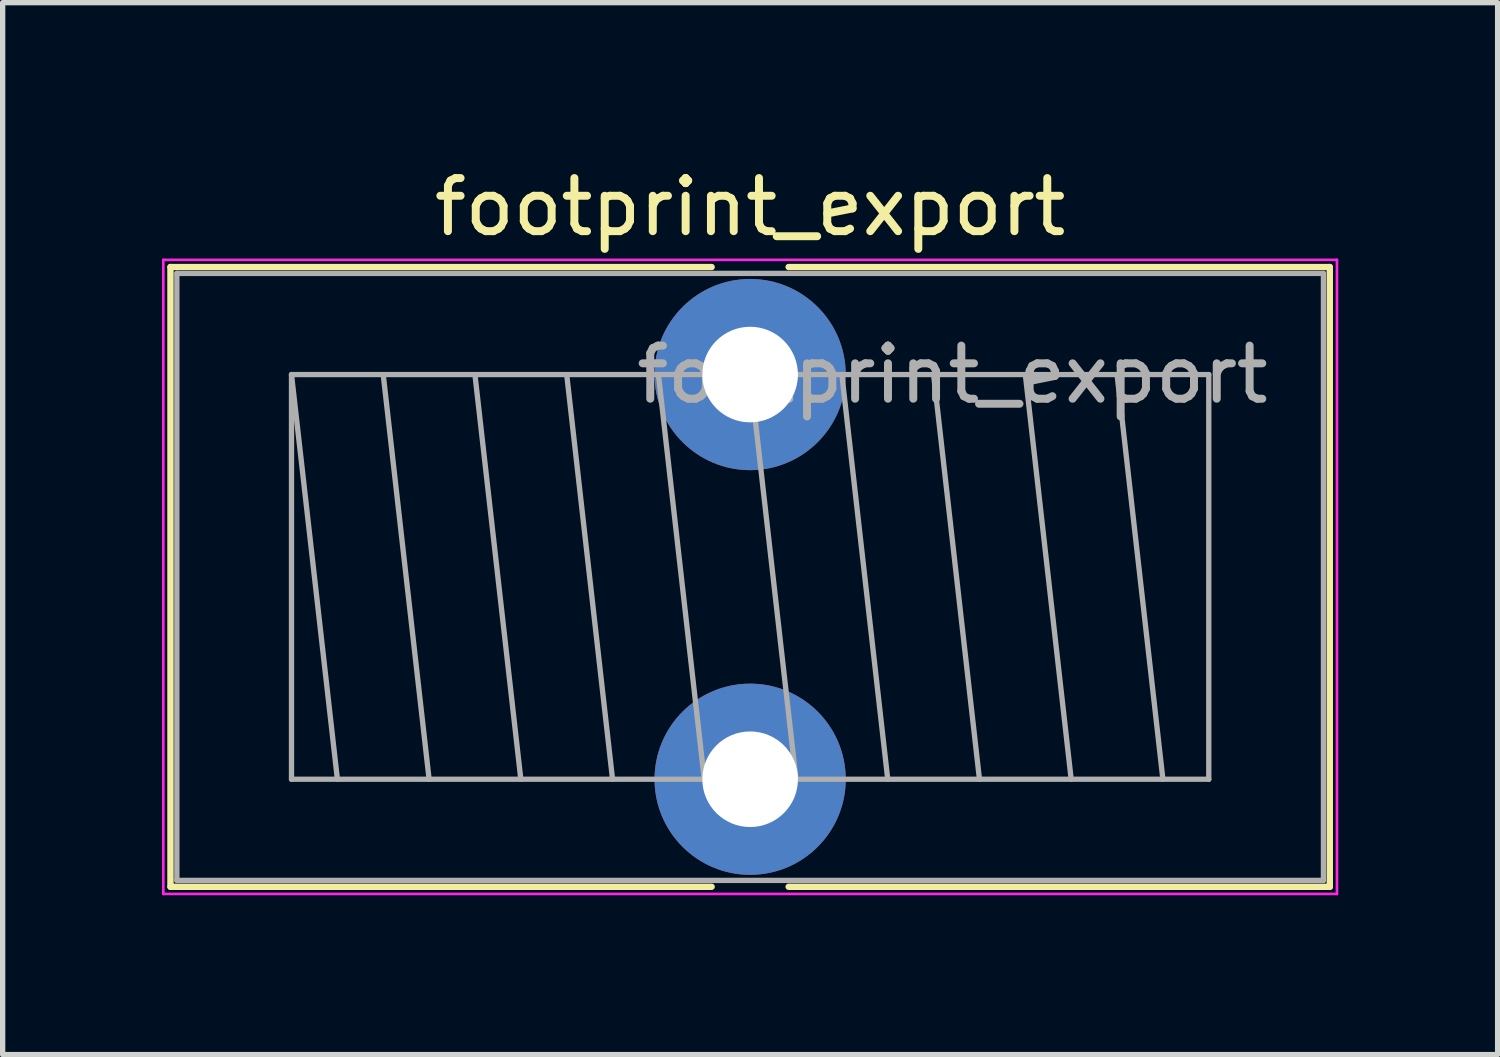
<source format=kicad_pcb>
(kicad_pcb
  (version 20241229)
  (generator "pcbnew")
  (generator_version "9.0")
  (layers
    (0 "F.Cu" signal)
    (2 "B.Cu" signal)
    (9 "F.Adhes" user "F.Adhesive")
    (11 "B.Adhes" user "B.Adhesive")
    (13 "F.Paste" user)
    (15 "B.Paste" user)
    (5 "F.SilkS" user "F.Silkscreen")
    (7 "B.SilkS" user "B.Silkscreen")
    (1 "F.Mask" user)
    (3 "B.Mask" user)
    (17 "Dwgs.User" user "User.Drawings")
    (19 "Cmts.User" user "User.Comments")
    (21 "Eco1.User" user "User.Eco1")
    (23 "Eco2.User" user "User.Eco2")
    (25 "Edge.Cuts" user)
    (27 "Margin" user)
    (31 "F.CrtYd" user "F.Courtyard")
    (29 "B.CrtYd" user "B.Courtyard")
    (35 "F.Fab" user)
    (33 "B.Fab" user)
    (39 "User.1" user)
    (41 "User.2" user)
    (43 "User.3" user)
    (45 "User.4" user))
  (footprint "footprint_export"
    (layer "F.Cu")
    (at 11.075 4.003)
    (property "Reference" "footprint_export" (at 0 -3.155 0) (layer "F.SilkS") (effects (font (size 1 1) (thickness 0.15))))
    (attr through_hole)
    (fp_line (start -10.915 -2.025) (end -10.915 9.645) (stroke (width 0.12) (type solid)) (layer "F.SilkS"))
    (fp_line (start -10.915 -2.025) (end -0.725 -2.025) (stroke (width 0.12) (type solid)) (layer "F.SilkS"))
    (fp_line (start -10.915 9.645) (end -0.725 9.645) (stroke (width 0.12) (type solid)) (layer "F.SilkS"))
    (fp_line (start 0.725 -2.025) (end 10.915 -2.025) (stroke (width 0.12) (type solid)) (layer "F.SilkS"))
    (fp_line (start 0.725 9.645) (end 10.915 9.645) (stroke (width 0.12) (type solid)) (layer "F.SilkS"))
    (fp_line (start 10.915 -2.025) (end 10.915 9.645) (stroke (width 0.12) (type solid)) (layer "F.SilkS"))
    (fp_line (start -11.05 -2.16) (end -11.05 9.78) (stroke (width 0.05) (type solid)) (layer "F.CrtYd"))
    (fp_line (start -11.05 9.78) (end 11.05 9.78) (stroke (width 0.05) (type solid)) (layer "F.CrtYd"))
    (fp_line (start 11.05 -2.16) (end -11.05 -2.16) (stroke (width 0.05) (type solid)) (layer "F.CrtYd"))
    (fp_line (start 11.05 9.78) (end 11.05 -2.16) (stroke (width 0.05) (type solid)) (layer "F.CrtYd"))
    (fp_line (start -10.795 -1.905) (end -10.795 9.525) (stroke (width 0.1) (type solid)) (layer "F.Fab"))
    (fp_line (start -10.795 9.525) (end 10.795 9.525) (stroke (width 0.1) (type solid)) (layer "F.Fab"))
    (fp_line (start -8.636 0) (end -8.636 7.62) (stroke (width 0.1) (type solid)) (layer "F.Fab"))
    (fp_line (start -8.636 0) (end -7.772 7.62) (stroke (width 0.1) (type solid)) (layer "F.Fab"))
    (fp_line (start -8.636 7.62) (end 8.636 7.62) (stroke (width 0.1) (type solid)) (layer "F.Fab"))
    (fp_line (start -6.909 0) (end -6.045 7.62) (stroke (width 0.1) (type solid)) (layer "F.Fab"))
    (fp_line (start -5.182 0) (end -4.318 7.62) (stroke (width 0.1) (type solid)) (layer "F.Fab"))
    (fp_line (start -3.454 0) (end -2.591 7.62) (stroke (width 0.1) (type solid)) (layer "F.Fab"))
    (fp_line (start -1.727 0) (end -0.864 7.62) (stroke (width 0.1) (type solid)) (layer "F.Fab"))
    (fp_line (start 0 0) (end 0.864 7.62) (stroke (width 0.1) (type solid)) (layer "F.Fab"))
    (fp_line (start 1.727 0) (end 2.591 7.62) (stroke (width 0.1) (type solid)) (layer "F.Fab"))
    (fp_line (start 3.454 0) (end 4.318 7.62) (stroke (width 0.1) (type solid)) (layer "F.Fab"))
    (fp_line (start 5.182 0) (end 6.045 7.62) (stroke (width 0.1) (type solid)) (layer "F.Fab"))
    (fp_line (start 6.909 0) (end 7.772 7.62) (stroke (width 0.1) (type solid)) (layer "F.Fab"))
    (fp_line (start 8.636 0) (end -8.636 0) (stroke (width 0.1) (type solid)) (layer "F.Fab"))
    (fp_line (start 8.636 7.62) (end 8.636 0) (stroke (width 0.1) (type solid)) (layer "F.Fab"))
    (fp_line (start 10.795 -1.905) (end -10.795 -1.905) (stroke (width 0.1) (type solid)) (layer "F.Fab"))
    (fp_line (start 10.795 9.525) (end 10.795 -1.905) (stroke (width 0.1) (type solid)) (layer "F.Fab"))
    (fp_text user "${REFERENCE}" (at 3.81 0 0) (layer "F.Fab") (effects (font (size 1 1) (thickness 0.15))))
    (pad "1" thru_hole circle (at 0 0) (size 3.6 3.6) (drill 1.8) (layers "*.Cu" "*.Mask"))
    (pad "2" thru_hole circle (at 0 7.62) (size 3.6 3.6) (drill 1.8) (layers "*.Cu" "*.Mask")))
  (gr_rect
    (start -3 -3)
    (end 25.15 16.808)
    (stroke (width 0.1) (type default))
    (fill no)
    (layer "Edge.Cuts")))
</source>
